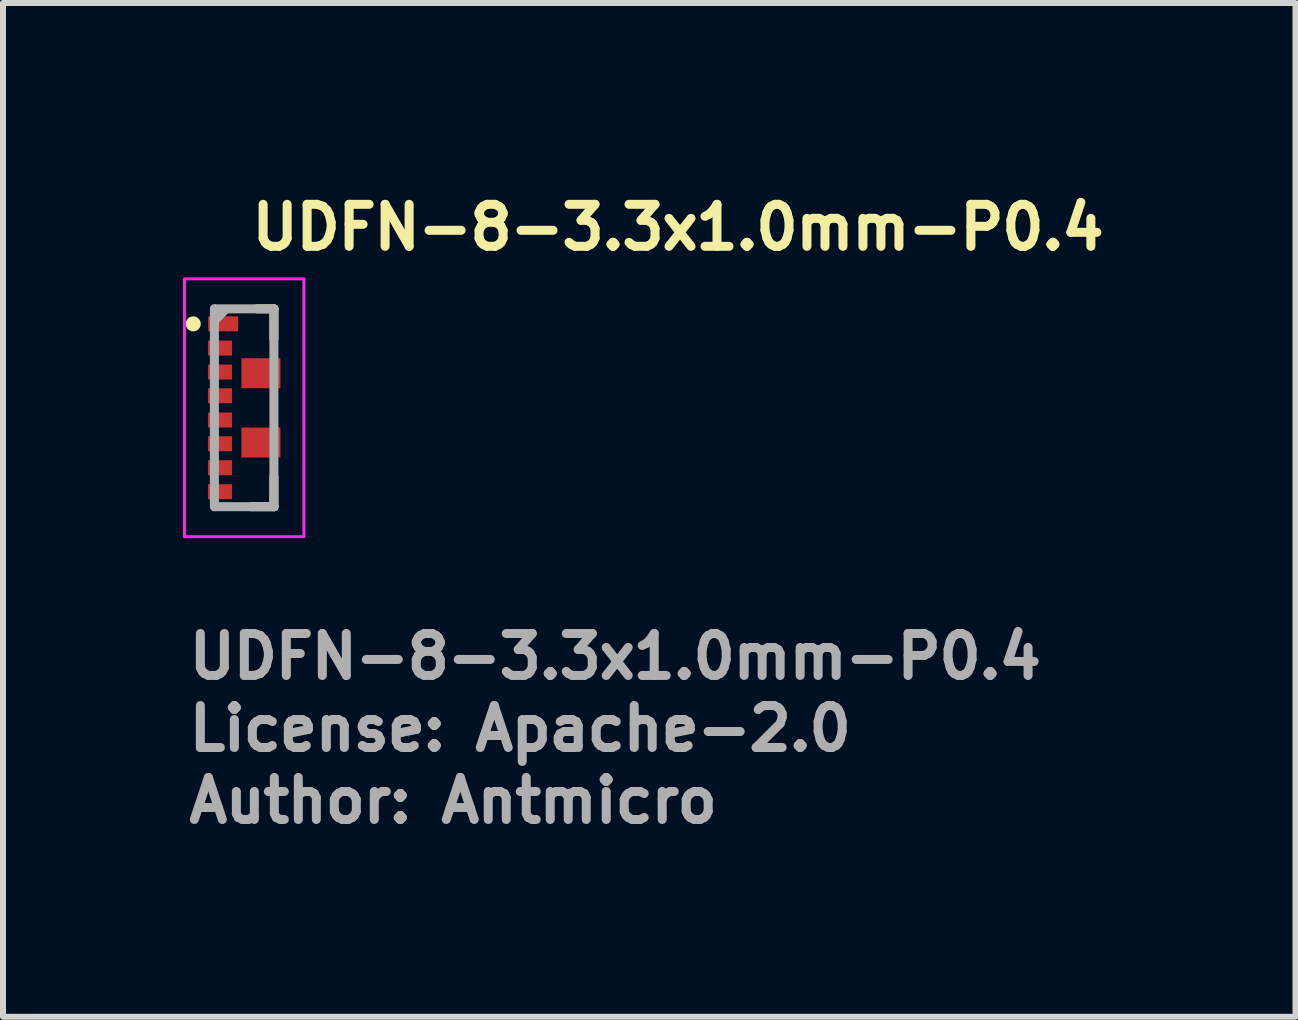
<source format=kicad_pcb>
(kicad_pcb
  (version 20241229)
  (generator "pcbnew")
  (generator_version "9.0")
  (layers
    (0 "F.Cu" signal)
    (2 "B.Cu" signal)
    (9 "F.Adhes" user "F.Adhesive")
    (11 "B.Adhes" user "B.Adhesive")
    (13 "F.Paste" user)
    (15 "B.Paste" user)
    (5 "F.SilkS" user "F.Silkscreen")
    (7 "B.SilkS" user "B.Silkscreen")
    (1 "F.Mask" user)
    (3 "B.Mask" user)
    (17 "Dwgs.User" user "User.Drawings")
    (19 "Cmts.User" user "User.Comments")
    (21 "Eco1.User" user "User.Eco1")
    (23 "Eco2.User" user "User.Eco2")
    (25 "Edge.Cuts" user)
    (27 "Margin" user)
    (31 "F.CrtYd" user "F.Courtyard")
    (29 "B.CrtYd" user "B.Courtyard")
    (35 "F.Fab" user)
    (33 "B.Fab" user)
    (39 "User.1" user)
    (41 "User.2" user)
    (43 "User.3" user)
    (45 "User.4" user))
  (footprint "UDFN-8-3.3x1.0mm-P0.4"
    (layer "F.Cu")
    (at 1.022 3.75)
    (property "Reference" "UDFN-8-3.3x1.0mm-P0.4" (at 0.05 -2.6 0) (layer "F.SilkS") (effects (font (size 0.7 0.7) (thickness 0.15)) (justify left bottom)))
    (attr smd)
    (fp_poly (pts (xy -0.655 -1.581) (xy -0.053 -1.581) (xy -0.053 -1.22) (xy -0.655 -1.22)) (stroke (width 0.01) (type solid)) (fill yes) (layer "F.Mask"))
    (fp_poly (pts (xy -0.655 -1.18) (xy -0.147 -1.18) (xy -0.147 -0.821) (xy -0.655 -0.821)) (stroke (width 0.01) (type solid)) (fill yes) (layer "F.Mask"))
    (fp_poly (pts (xy -0.655 -0.782) (xy -0.147 -0.782) (xy -0.147 -0.417) (xy -0.655 -0.417)) (stroke (width 0.01) (type solid)) (fill yes) (layer "F.Mask"))
    (fp_poly (pts (xy -0.655 -0.377) (xy -0.147 -0.377) (xy -0.147 -0.019) (xy -0.655 -0.019)) (stroke (width 0.01) (type solid)) (fill yes) (layer "F.Mask"))
    (fp_poly (pts (xy -0.655 0.021) (xy -0.147 0.021) (xy -0.147 0.378) (xy -0.655 0.378)) (stroke (width 0.01) (type solid)) (fill yes) (layer "F.Mask"))
    (fp_poly (pts (xy -0.655 0.418) (xy -0.147 0.418) (xy -0.147 0.783) (xy -0.655 0.783)) (stroke (width 0.01) (type solid)) (fill yes) (layer "F.Mask"))
    (fp_poly (pts (xy -0.655 0.822) (xy -0.147 0.822) (xy -0.147 1.179) (xy -0.655 1.179)) (stroke (width 0.01) (type solid)) (fill yes) (layer "F.Mask"))
    (fp_poly (pts (xy -0.655 1.219) (xy -0.147 1.219) (xy -0.147 1.58) (xy -0.655 1.58)) (stroke (width 0.01) (type solid)) (fill yes) (layer "F.Mask"))
    (fp_poly (pts (xy -0.103 -0.877) (xy 0.653 -0.877) (xy 0.653 -0.282) (xy -0.103 -0.282)) (stroke (width 0.01) (type solid)) (fill yes) (layer "F.Mask"))
    (fp_poly (pts (xy -0.103 0.283) (xy 0.653 0.283) (xy 0.653 0.878) (xy -0.103 0.878)) (stroke (width 0.01) (type solid)) (fill yes) (layer "F.Mask"))
    (fp_line (start 0.215 -1.651) (end 0.495 -1.651) (stroke (width 0.15) (type solid)) (layer "F.SilkS"))
    (fp_line (start 0.495 -1.651) (end 0.495 -1.151) (stroke (width 0.15) (type solid)) (layer "F.SilkS"))
    (fp_line (start 0.495 1.148) (end 0.495 1.648) (stroke (width 0.15) (type solid)) (layer "F.SilkS"))
    (fp_line (start 0.495 1.648) (end 0.119 1.648) (stroke (width 0.15) (type solid)) (layer "F.SilkS"))
    (fp_circle (center -0.85 -1.4) (end -0.8 -1.4) (stroke (width 0.15) (type solid)) (fill yes) (layer "F.SilkS"))
    (fp_rect (start -0.997 -2.151) (end 0.995 2.148) (stroke (width 0.05) (type solid)) (fill no) (layer "F.CrtYd"))
    (fp_line (start -0.497 -1.651) (end 0.495 -1.651) (stroke (width 0.15) (type solid)) (layer "F.Fab"))
    (fp_line (start -0.497 1.648) (end -0.497 -1.651) (stroke (width 0.15) (type solid)) (layer "F.Fab"))
    (fp_line (start -0.476 -1.474) (end -0.328 -1.625) (stroke (width 0.15) (type solid)) (layer "F.Fab"))
    (fp_line (start 0.495 -1.651) (end 0.495 1.648) (stroke (width 0.15) (type solid)) (layer "F.Fab"))
    (fp_line (start 0.495 1.648) (end -0.497 1.648) (stroke (width 0.15) (type solid)) (layer "F.Fab"))
    (fp_rect (start -0.497 -1.651) (end 0.495 1.648) (stroke (width 0.1) (type solid)) (fill no) (layer "User.5"))
    (fp_rect (start -0.497 -1.651) (end 0.495 1.648) (stroke (width 0.1) (type solid)) (fill no) (layer "User.5"))
    (fp_rect (start -0.497 -1.651) (end 0.495 1.648) (stroke (width 0.1) (type solid)) (fill no) (layer "User.5"))
    (fp_rect (start -0.497 -1.651) (end 0.495 1.648) (stroke (width 0.1) (type solid)) (fill no) (layer "User.5"))
    (fp_line (start -0.497 -1.651) (end -0.497 1.648) (stroke (width 0.02) (type solid)) (layer "User.9"))
    (fp_line (start -0.497 1.648) (end 0.495 1.648) (stroke (width 0.02) (type solid)) (layer "User.9"))
    (fp_line (start -0.404 -1.462) (end -0.404 -1.456) (stroke (width 0.02) (type solid)) (layer "User.9"))
    (fp_line (start -0.404 -1.462) (end -0.404 -1.456) (stroke (width 0.02) (type solid)) (layer "User.9"))
    (fp_line (start -0.404 -1.456) (end -0.404 -1.45) (stroke (width 0.02) (type solid)) (layer "User.9"))
    (fp_line (start -0.404 -1.456) (end -0.404 -1.45) (stroke (width 0.02) (type solid)) (layer "User.9"))
    (fp_line (start -0.404 -1.45) (end -0.404 -1.45) (stroke (width 0.02) (type solid)) (layer "User.9"))
    (fp_line (start -0.404 -1.45) (end -0.404 -1.45) (stroke (width 0.02) (type solid)) (layer "User.9"))
    (fp_line (start -0.404 -1.45) (end -0.404 -1.446) (stroke (width 0.02) (type solid)) (layer "User.9"))
    (fp_line (start -0.404 -1.45) (end -0.404 -1.446) (stroke (width 0.02) (type solid)) (layer "User.9"))
    (fp_line (start -0.404 -1.446) (end -0.404 -1.44) (stroke (width 0.02) (type solid)) (layer "User.9"))
    (fp_line (start -0.404 -1.446) (end -0.404 -1.44) (stroke (width 0.02) (type solid)) (layer "User.9"))
    (fp_line (start -0.404 -1.44) (end -0.403 -1.436) (stroke (width 0.02) (type solid)) (layer "User.9"))
    (fp_line (start -0.404 -1.44) (end -0.403 -1.436) (stroke (width 0.02) (type solid)) (layer "User.9"))
    (fp_line (start -0.403 -1.466) (end -0.404 -1.462) (stroke (width 0.02) (type solid)) (layer "User.9"))
    (fp_line (start -0.403 -1.466) (end -0.404 -1.462) (stroke (width 0.02) (type solid)) (layer "User.9"))
    (fp_line (start -0.403 -1.436) (end -0.402 -1.43) (stroke (width 0.02) (type solid)) (layer "User.9"))
    (fp_line (start -0.403 -1.436) (end -0.402 -1.43) (stroke (width 0.02) (type solid)) (layer "User.9"))
    (fp_line (start -0.402 -1.472) (end -0.403 -1.466) (stroke (width 0.02) (type solid)) (layer "User.9"))
    (fp_line (start -0.402 -1.472) (end -0.403 -1.466) (stroke (width 0.02) (type solid)) (layer "User.9"))
    (fp_line (start -0.402 -1.43) (end -0.401 -1.426) (stroke (width 0.02) (type solid)) (layer "User.9"))
    (fp_line (start -0.402 -1.43) (end -0.401 -1.426) (stroke (width 0.02) (type solid)) (layer "User.9"))
    (fp_line (start -0.401 -1.476) (end -0.402 -1.472) (stroke (width 0.02) (type solid)) (layer "User.9"))
    (fp_line (start -0.401 -1.476) (end -0.402 -1.472) (stroke (width 0.02) (type solid)) (layer "User.9"))
    (fp_line (start -0.401 -1.426) (end -0.4 -1.422) (stroke (width 0.02) (type solid)) (layer "User.9"))
    (fp_line (start -0.401 -1.426) (end -0.4 -1.422) (stroke (width 0.02) (type solid)) (layer "User.9"))
    (fp_line (start -0.4 -1.48) (end -0.401 -1.476) (stroke (width 0.02) (type solid)) (layer "User.9"))
    (fp_line (start -0.4 -1.48) (end -0.401 -1.476) (stroke (width 0.02) (type solid)) (layer "User.9"))
    (fp_line (start -0.4 -1.422) (end -0.398 -1.416) (stroke (width 0.02) (type solid)) (layer "User.9"))
    (fp_line (start -0.4 -1.422) (end -0.398 -1.416) (stroke (width 0.02) (type solid)) (layer "User.9"))
    (fp_line (start -0.398 -1.486) (end -0.4 -1.48) (stroke (width 0.02) (type solid)) (layer "User.9"))
    (fp_line (start -0.398 -1.486) (end -0.4 -1.48) (stroke (width 0.02) (type solid)) (layer "User.9"))
    (fp_line (start -0.398 -1.416) (end -0.397 -1.412) (stroke (width 0.02) (type solid)) (layer "User.9"))
    (fp_line (start -0.398 -1.416) (end -0.397 -1.412) (stroke (width 0.02) (type solid)) (layer "User.9"))
    (fp_line (start -0.397 -1.49) (end -0.398 -1.486) (stroke (width 0.02) (type solid)) (layer "User.9"))
    (fp_line (start -0.397 -1.49) (end -0.398 -1.486) (stroke (width 0.02) (type solid)) (layer "User.9"))
    (fp_line (start -0.397 -1.412) (end -0.395 -1.407) (stroke (width 0.02) (type solid)) (layer "User.9"))
    (fp_line (start -0.397 -1.412) (end -0.395 -1.407) (stroke (width 0.02) (type solid)) (layer "User.9"))
    (fp_line (start -0.395 -1.494) (end -0.397 -1.49) (stroke (width 0.02) (type solid)) (layer "User.9"))
    (fp_line (start -0.395 -1.494) (end -0.397 -1.49) (stroke (width 0.02) (type solid)) (layer "User.9"))
    (fp_line (start -0.395 -1.407) (end -0.392 -1.403) (stroke (width 0.02) (type solid)) (layer "User.9"))
    (fp_line (start -0.395 -1.407) (end -0.392 -1.403) (stroke (width 0.02) (type solid)) (layer "User.9"))
    (fp_line (start -0.392 -1.498) (end -0.395 -1.494) (stroke (width 0.02) (type solid)) (layer "User.9"))
    (fp_line (start -0.392 -1.498) (end -0.395 -1.494) (stroke (width 0.02) (type solid)) (layer "User.9"))
    (fp_line (start -0.392 -1.403) (end -0.39 -1.399) (stroke (width 0.02) (type solid)) (layer "User.9"))
    (fp_line (start -0.392 -1.403) (end -0.39 -1.399) (stroke (width 0.02) (type solid)) (layer "User.9"))
    (fp_line (start -0.39 -1.502) (end -0.392 -1.498) (stroke (width 0.02) (type solid)) (layer "User.9"))
    (fp_line (start -0.39 -1.502) (end -0.392 -1.498) (stroke (width 0.02) (type solid)) (layer "User.9"))
    (fp_line (start -0.39 -1.399) (end -0.38 -1.395) (stroke (width 0.02) (type solid)) (layer "User.9"))
    (fp_line (start -0.39 -1.399) (end -0.38 -1.395) (stroke (width 0.02) (type solid)) (layer "User.9"))
    (fp_line (start -0.38 -1.506) (end -0.39 -1.502) (stroke (width 0.02) (type solid)) (layer "User.9"))
    (fp_line (start -0.38 -1.506) (end -0.39 -1.502) (stroke (width 0.02) (type solid)) (layer "User.9"))
    (fp_line (start -0.38 -1.395) (end -0.378 -1.391) (stroke (width 0.02) (type solid)) (layer "User.9"))
    (fp_line (start -0.38 -1.395) (end -0.378 -1.391) (stroke (width 0.02) (type solid)) (layer "User.9"))
    (fp_line (start -0.378 -1.51) (end -0.38 -1.506) (stroke (width 0.02) (type solid)) (layer "User.9"))
    (fp_line (start -0.378 -1.51) (end -0.38 -1.506) (stroke (width 0.02) (type solid)) (layer "User.9"))
    (fp_line (start -0.378 -1.391) (end -0.375 -1.387) (stroke (width 0.02) (type solid)) (layer "User.9"))
    (fp_line (start -0.378 -1.391) (end -0.375 -1.387) (stroke (width 0.02) (type solid)) (layer "User.9"))
    (fp_line (start -0.375 -1.514) (end -0.378 -1.51) (stroke (width 0.02) (type solid)) (layer "User.9"))
    (fp_line (start -0.375 -1.514) (end -0.378 -1.51) (stroke (width 0.02) (type solid)) (layer "User.9"))
    (fp_line (start -0.375 -1.387) (end -0.371 -1.383) (stroke (width 0.02) (type solid)) (layer "User.9"))
    (fp_line (start -0.375 -1.387) (end -0.371 -1.383) (stroke (width 0.02) (type solid)) (layer "User.9"))
    (fp_line (start -0.371 -1.518) (end -0.375 -1.514) (stroke (width 0.02) (type solid)) (layer "User.9"))
    (fp_line (start -0.371 -1.518) (end -0.375 -1.514) (stroke (width 0.02) (type solid)) (layer "User.9"))
    (fp_line (start -0.371 -1.383) (end -0.368 -1.381) (stroke (width 0.02) (type solid)) (layer "User.9"))
    (fp_line (start -0.371 -1.383) (end -0.368 -1.381) (stroke (width 0.02) (type solid)) (layer "User.9"))
    (fp_line (start -0.368 -1.522) (end -0.371 -1.518) (stroke (width 0.02) (type solid)) (layer "User.9"))
    (fp_line (start -0.368 -1.522) (end -0.371 -1.518) (stroke (width 0.02) (type solid)) (layer "User.9"))
    (fp_line (start -0.368 -1.381) (end -0.365 -1.377) (stroke (width 0.02) (type solid)) (layer "User.9"))
    (fp_line (start -0.368 -1.381) (end -0.365 -1.377) (stroke (width 0.02) (type solid)) (layer "User.9"))
    (fp_line (start -0.365 -1.524) (end -0.368 -1.522) (stroke (width 0.02) (type solid)) (layer "User.9"))
    (fp_line (start -0.365 -1.524) (end -0.368 -1.522) (stroke (width 0.02) (type solid)) (layer "User.9"))
    (fp_line (start -0.365 -1.377) (end -0.361 -1.373) (stroke (width 0.02) (type solid)) (layer "User.9"))
    (fp_line (start -0.365 -1.377) (end -0.361 -1.373) (stroke (width 0.02) (type solid)) (layer "User.9"))
    (fp_line (start -0.361 -1.528) (end -0.365 -1.524) (stroke (width 0.02) (type solid)) (layer "User.9"))
    (fp_line (start -0.361 -1.528) (end -0.365 -1.524) (stroke (width 0.02) (type solid)) (layer "User.9"))
    (fp_line (start -0.361 -1.373) (end -0.357 -1.371) (stroke (width 0.02) (type solid)) (layer "User.9"))
    (fp_line (start -0.361 -1.373) (end -0.357 -1.371) (stroke (width 0.02) (type solid)) (layer "User.9"))
    (fp_line (start -0.357 -1.532) (end -0.361 -1.528) (stroke (width 0.02) (type solid)) (layer "User.9"))
    (fp_line (start -0.357 -1.532) (end -0.361 -1.528) (stroke (width 0.02) (type solid)) (layer "User.9"))
    (fp_line (start -0.357 -1.371) (end -0.353 -1.369) (stroke (width 0.02) (type solid)) (layer "User.9"))
    (fp_line (start -0.357 -1.371) (end -0.353 -1.369) (stroke (width 0.02) (type solid)) (layer "User.9"))
    (fp_line (start -0.353 -1.534) (end -0.357 -1.532) (stroke (width 0.02) (type solid)) (layer "User.9"))
    (fp_line (start -0.353 -1.534) (end -0.357 -1.532) (stroke (width 0.02) (type solid)) (layer "User.9"))
    (fp_line (start -0.353 -1.369) (end -0.352 -1.365) (stroke (width 0.02) (type solid)) (layer "User.9"))
    (fp_line (start -0.353 -1.369) (end -0.352 -1.365) (stroke (width 0.02) (type solid)) (layer "User.9"))
    (fp_line (start -0.352 -1.536) (end -0.353 -1.534) (stroke (width 0.02) (type solid)) (layer "User.9"))
    (fp_line (start -0.352 -1.536) (end -0.353 -1.534) (stroke (width 0.02) (type solid)) (layer "User.9"))
    (fp_line (start -0.352 -1.365) (end -0.35 -1.363) (stroke (width 0.02) (type solid)) (layer "User.9"))
    (fp_line (start -0.352 -1.365) (end -0.35 -1.363) (stroke (width 0.02) (type solid)) (layer "User.9"))
    (fp_line (start -0.35 -1.539) (end -0.352 -1.536) (stroke (width 0.02) (type solid)) (layer "User.9"))
    (fp_line (start -0.35 -1.539) (end -0.352 -1.536) (stroke (width 0.02) (type solid)) (layer "User.9"))
    (fp_line (start -0.35 -1.363) (end -0.346 -1.361) (stroke (width 0.02) (type solid)) (layer "User.9"))
    (fp_line (start -0.35 -1.363) (end -0.346 -1.361) (stroke (width 0.02) (type solid)) (layer "User.9"))
    (fp_line (start -0.346 -1.541) (end -0.35 -1.539) (stroke (width 0.02) (type solid)) (layer "User.9"))
    (fp_line (start -0.346 -1.541) (end -0.35 -1.539) (stroke (width 0.02) (type solid)) (layer "User.9"))
    (fp_line (start -0.346 -1.361) (end -0.343 -1.359) (stroke (width 0.02) (type solid)) (layer "User.9"))
    (fp_line (start -0.346 -1.361) (end -0.343 -1.359) (stroke (width 0.02) (type solid)) (layer "User.9"))
    (fp_line (start -0.343 -1.543) (end -0.346 -1.541) (stroke (width 0.02) (type solid)) (layer "User.9"))
    (fp_line (start -0.343 -1.543) (end -0.346 -1.541) (stroke (width 0.02) (type solid)) (layer "User.9"))
    (fp_line (start -0.343 -1.359) (end -0.339 -1.357) (stroke (width 0.02) (type solid)) (layer "User.9"))
    (fp_line (start -0.343 -1.359) (end -0.339 -1.357) (stroke (width 0.02) (type solid)) (layer "User.9"))
    (fp_line (start -0.339 -1.545) (end -0.343 -1.543) (stroke (width 0.02) (type solid)) (layer "User.9"))
    (fp_line (start -0.339 -1.545) (end -0.343 -1.543) (stroke (width 0.02) (type solid)) (layer "User.9"))
    (fp_line (start -0.339 -1.357) (end -0.334 -1.355) (stroke (width 0.02) (type solid)) (layer "User.9"))
    (fp_line (start -0.339 -1.357) (end -0.334 -1.355) (stroke (width 0.02) (type solid)) (layer "User.9"))
    (fp_line (start -0.334 -1.547) (end -0.339 -1.545) (stroke (width 0.02) (type solid)) (layer "User.9"))
    (fp_line (start -0.334 -1.547) (end -0.339 -1.545) (stroke (width 0.02) (type solid)) (layer "User.9"))
    (fp_line (start -0.334 -1.355) (end -0.329 -1.355) (stroke (width 0.02) (type solid)) (layer "User.9"))
    (fp_line (start -0.334 -1.355) (end -0.329 -1.355) (stroke (width 0.02) (type solid)) (layer "User.9"))
    (fp_line (start -0.329 -1.547) (end -0.334 -1.547) (stroke (width 0.02) (type solid)) (layer "User.9"))
    (fp_line (start -0.329 -1.547) (end -0.334 -1.547) (stroke (width 0.02) (type solid)) (layer "User.9"))
    (fp_line (start -0.329 -1.355) (end -0.325 -1.353) (stroke (width 0.02) (type solid)) (layer "User.9"))
    (fp_line (start -0.329 -1.355) (end -0.325 -1.353) (stroke (width 0.02) (type solid)) (layer "User.9"))
    (fp_line (start -0.325 -1.549) (end -0.329 -1.547) (stroke (width 0.02) (type solid)) (layer "User.9"))
    (fp_line (start -0.325 -1.549) (end -0.329 -1.547) (stroke (width 0.02) (type solid)) (layer "User.9"))
    (fp_line (start -0.325 -1.353) (end -0.313 -1.353) (stroke (width 0.02) (type solid)) (layer "User.9"))
    (fp_line (start -0.325 -1.353) (end -0.313 -1.353) (stroke (width 0.02) (type solid)) (layer "User.9"))
    (fp_line (start -0.313 -1.549) (end -0.325 -1.549) (stroke (width 0.02) (type solid)) (layer "User.9"))
    (fp_line (start -0.313 -1.549) (end -0.325 -1.549) (stroke (width 0.02) (type solid)) (layer "User.9"))
    (fp_line (start -0.313 -1.353) (end -0.308 -1.351) (stroke (width 0.02) (type solid)) (layer "User.9"))
    (fp_line (start -0.313 -1.353) (end -0.308 -1.351) (stroke (width 0.02) (type solid)) (layer "User.9"))
    (fp_line (start -0.308 -1.551) (end -0.313 -1.549) (stroke (width 0.02) (type solid)) (layer "User.9"))
    (fp_line (start -0.308 -1.551) (end -0.313 -1.549) (stroke (width 0.02) (type solid)) (layer "User.9"))
    (fp_line (start -0.308 -1.351) (end -0.303 -1.351) (stroke (width 0.02) (type solid)) (layer "User.9"))
    (fp_line (start -0.308 -1.351) (end -0.303 -1.351) (stroke (width 0.02) (type solid)) (layer "User.9"))
    (fp_line (start -0.303 -1.551) (end -0.308 -1.551) (stroke (width 0.02) (type solid)) (layer "User.9"))
    (fp_line (start -0.303 -1.551) (end -0.308 -1.551) (stroke (width 0.02) (type solid)) (layer "User.9"))
    (fp_line (start -0.303 -1.351) (end -0.297 -1.351) (stroke (width 0.02) (type solid)) (layer "User.9"))
    (fp_line (start -0.303 -1.351) (end -0.297 -1.351) (stroke (width 0.02) (type solid)) (layer "User.9"))
    (fp_line (start -0.297 -1.551) (end -0.303 -1.551) (stroke (width 0.02) (type solid)) (layer "User.9"))
    (fp_line (start -0.297 -1.551) (end -0.303 -1.551) (stroke (width 0.02) (type solid)) (layer "User.9"))
    (fp_line (start -0.297 -1.351) (end -0.292 -1.351) (stroke (width 0.02) (type solid)) (layer "User.9"))
    (fp_line (start -0.297 -1.351) (end -0.292 -1.351) (stroke (width 0.02) (type solid)) (layer "User.9"))
    (fp_line (start -0.292 -1.551) (end -0.298 -1.551) (stroke (width 0.02) (type solid)) (layer "User.9"))
    (fp_line (start -0.292 -1.551) (end -0.298 -1.551) (stroke (width 0.02) (type solid)) (layer "User.9"))
    (fp_line (start -0.292 -1.351) (end -0.289 -1.351) (stroke (width 0.02) (type solid)) (layer "User.9"))
    (fp_line (start -0.292 -1.351) (end -0.289 -1.351) (stroke (width 0.02) (type solid)) (layer "User.9"))
    (fp_line (start -0.289 -1.551) (end -0.292 -1.551) (stroke (width 0.02) (type solid)) (layer "User.9"))
    (fp_line (start -0.289 -1.551) (end -0.292 -1.551) (stroke (width 0.02) (type solid)) (layer "User.9"))
    (fp_line (start -0.289 -1.351) (end -0.287 -1.353) (stroke (width 0.02) (type solid)) (layer "User.9"))
    (fp_line (start -0.289 -1.351) (end -0.287 -1.353) (stroke (width 0.02) (type solid)) (layer "User.9"))
    (fp_line (start -0.287 -1.549) (end -0.289 -1.551) (stroke (width 0.02) (type solid)) (layer "User.9"))
    (fp_line (start -0.287 -1.549) (end -0.289 -1.551) (stroke (width 0.02) (type solid)) (layer "User.9"))
    (fp_line (start -0.287 -1.353) (end -0.283 -1.353) (stroke (width 0.02) (type solid)) (layer "User.9"))
    (fp_line (start -0.287 -1.353) (end -0.283 -1.353) (stroke (width 0.02) (type solid)) (layer "User.9"))
    (fp_line (start -0.283 -1.549) (end -0.287 -1.549) (stroke (width 0.02) (type solid)) (layer "User.9"))
    (fp_line (start -0.283 -1.549) (end -0.287 -1.549) (stroke (width 0.02) (type solid)) (layer "User.9"))
    (fp_line (start -0.283 -1.353) (end -0.28 -1.355) (stroke (width 0.02) (type solid)) (layer "User.9"))
    (fp_line (start -0.283 -1.353) (end -0.28 -1.355) (stroke (width 0.02) (type solid)) (layer "User.9"))
    (fp_line (start -0.28 -1.547) (end -0.283 -1.549) (stroke (width 0.02) (type solid)) (layer "User.9"))
    (fp_line (start -0.28 -1.547) (end -0.283 -1.549) (stroke (width 0.02) (type solid)) (layer "User.9"))
    (fp_line (start -0.28 -1.355) (end -0.275 -1.355) (stroke (width 0.02) (type solid)) (layer "User.9"))
    (fp_line (start -0.28 -1.355) (end -0.275 -1.355) (stroke (width 0.02) (type solid)) (layer "User.9"))
    (fp_line (start -0.275 -1.547) (end -0.28 -1.547) (stroke (width 0.02) (type solid)) (layer "User.9"))
    (fp_line (start -0.275 -1.547) (end -0.28 -1.547) (stroke (width 0.02) (type solid)) (layer "User.9"))
    (fp_line (start -0.275 -1.355) (end -0.27 -1.357) (stroke (width 0.02) (type solid)) (layer "User.9"))
    (fp_line (start -0.275 -1.355) (end -0.27 -1.357) (stroke (width 0.02) (type solid)) (layer "User.9"))
    (fp_line (start -0.27 -1.545) (end -0.275 -1.547) (stroke (width 0.02) (type solid)) (layer "User.9"))
    (fp_line (start -0.27 -1.545) (end -0.275 -1.547) (stroke (width 0.02) (type solid)) (layer "User.9"))
    (fp_line (start -0.27 -1.357) (end -0.266 -1.359) (stroke (width 0.02) (type solid)) (layer "User.9"))
    (fp_line (start -0.27 -1.357) (end -0.266 -1.359) (stroke (width 0.02) (type solid)) (layer "User.9"))
    (fp_line (start -0.266 -1.543) (end -0.27 -1.545) (stroke (width 0.02) (type solid)) (layer "User.9"))
    (fp_line (start -0.266 -1.543) (end -0.27 -1.545) (stroke (width 0.02) (type solid)) (layer "User.9"))
    (fp_line (start -0.266 -1.359) (end -0.261 -1.361) (stroke (width 0.02) (type solid)) (layer "User.9"))
    (fp_line (start -0.266 -1.359) (end -0.261 -1.361) (stroke (width 0.02) (type solid)) (layer "User.9"))
    (fp_line (start -0.261 -1.541) (end -0.266 -1.543) (stroke (width 0.02) (type solid)) (layer "User.9"))
    (fp_line (start -0.261 -1.541) (end -0.266 -1.543) (stroke (width 0.02) (type solid)) (layer "User.9"))
    (fp_line (start -0.261 -1.361) (end -0.25 -1.363) (stroke (width 0.02) (type solid)) (layer "User.9"))
    (fp_line (start -0.261 -1.361) (end -0.25 -1.363) (stroke (width 0.02) (type solid)) (layer "User.9"))
    (fp_line (start -0.25 -1.539) (end -0.261 -1.541) (stroke (width 0.02) (type solid)) (layer "User.9"))
    (fp_line (start -0.25 -1.539) (end -0.261 -1.541) (stroke (width 0.02) (type solid)) (layer "User.9"))
    (fp_line (start -0.25 -1.363) (end -0.246 -1.365) (stroke (width 0.02) (type solid)) (layer "User.9"))
    (fp_line (start -0.25 -1.363) (end -0.246 -1.365) (stroke (width 0.02) (type solid)) (layer "User.9"))
    (fp_line (start -0.246 -1.536) (end -0.25 -1.539) (stroke (width 0.02) (type solid)) (layer "User.9"))
    (fp_line (start -0.246 -1.536) (end -0.25 -1.539) (stroke (width 0.02) (type solid)) (layer "User.9"))
    (fp_line (start -0.246 -1.365) (end -0.242 -1.369) (stroke (width 0.02) (type solid)) (layer "User.9"))
    (fp_line (start -0.246 -1.365) (end -0.242 -1.369) (stroke (width 0.02) (type solid)) (layer "User.9"))
    (fp_line (start -0.242 -1.534) (end -0.246 -1.536) (stroke (width 0.02) (type solid)) (layer "User.9"))
    (fp_line (start -0.242 -1.534) (end -0.246 -1.536) (stroke (width 0.02) (type solid)) (layer "User.9"))
    (fp_line (start -0.242 -1.369) (end -0.24 -1.371) (stroke (width 0.02) (type solid)) (layer "User.9"))
    (fp_line (start -0.242 -1.369) (end -0.24 -1.371) (stroke (width 0.02) (type solid)) (layer "User.9"))
    (fp_line (start -0.24 -1.532) (end -0.242 -1.534) (stroke (width 0.02) (type solid)) (layer "User.9"))
    (fp_line (start -0.24 -1.532) (end -0.242 -1.534) (stroke (width 0.02) (type solid)) (layer "User.9"))
    (fp_line (start -0.24 -1.371) (end -0.239 -1.373) (stroke (width 0.02) (type solid)) (layer "User.9"))
    (fp_line (start -0.24 -1.371) (end -0.239 -1.373) (stroke (width 0.02) (type solid)) (layer "User.9"))
    (fp_line (start -0.239 -1.528) (end -0.24 -1.532) (stroke (width 0.02) (type solid)) (layer "User.9"))
    (fp_line (start -0.239 -1.528) (end -0.24 -1.532) (stroke (width 0.02) (type solid)) (layer "User.9"))
    (fp_line (start -0.239 -1.373) (end -0.236 -1.377) (stroke (width 0.02) (type solid)) (layer "User.9"))
    (fp_line (start -0.239 -1.373) (end -0.236 -1.377) (stroke (width 0.02) (type solid)) (layer "User.9"))
    (fp_line (start -0.236 -1.524) (end -0.239 -1.528) (stroke (width 0.02) (type solid)) (layer "User.9"))
    (fp_line (start -0.236 -1.524) (end -0.239 -1.528) (stroke (width 0.02) (type solid)) (layer "User.9"))
    (fp_line (start -0.236 -1.377) (end -0.234 -1.381) (stroke (width 0.02) (type solid)) (layer "User.9"))
    (fp_line (start -0.236 -1.377) (end -0.234 -1.381) (stroke (width 0.02) (type solid)) (layer "User.9"))
    (fp_line (start -0.234 -1.522) (end -0.236 -1.524) (stroke (width 0.02) (type solid)) (layer "User.9"))
    (fp_line (start -0.234 -1.522) (end -0.236 -1.524) (stroke (width 0.02) (type solid)) (layer "User.9"))
    (fp_line (start -0.234 -1.381) (end -0.231 -1.383) (stroke (width 0.02) (type solid)) (layer "User.9"))
    (fp_line (start -0.234 -1.381) (end -0.231 -1.383) (stroke (width 0.02) (type solid)) (layer "User.9"))
    (fp_line (start -0.231 -1.518) (end -0.234 -1.522) (stroke (width 0.02) (type solid)) (layer "User.9"))
    (fp_line (start -0.231 -1.518) (end -0.234 -1.522) (stroke (width 0.02) (type solid)) (layer "User.9"))
    (fp_line (start -0.231 -1.383) (end -0.22 -1.387) (stroke (width 0.02) (type solid)) (layer "User.9"))
    (fp_line (start -0.231 -1.383) (end -0.22 -1.387) (stroke (width 0.02) (type solid)) (layer "User.9"))
    (fp_line (start -0.22 -1.514) (end -0.231 -1.518) (stroke (width 0.02) (type solid)) (layer "User.9"))
    (fp_line (start -0.22 -1.514) (end -0.231 -1.518) (stroke (width 0.02) (type solid)) (layer "User.9"))
    (fp_line (start -0.22 -1.387) (end -0.217 -1.391) (stroke (width 0.02) (type solid)) (layer "User.9"))
    (fp_line (start -0.22 -1.387) (end -0.217 -1.391) (stroke (width 0.02) (type solid)) (layer "User.9"))
    (fp_line (start -0.217 -1.51) (end -0.22 -1.514) (stroke (width 0.02) (type solid)) (layer "User.9"))
    (fp_line (start -0.217 -1.51) (end -0.22 -1.514) (stroke (width 0.02) (type solid)) (layer "User.9"))
    (fp_line (start -0.217 -1.391) (end -0.215 -1.395) (stroke (width 0.02) (type solid)) (layer "User.9"))
    (fp_line (start -0.217 -1.391) (end -0.215 -1.395) (stroke (width 0.02) (type solid)) (layer "User.9"))
    (fp_line (start -0.215 -1.506) (end -0.217 -1.51) (stroke (width 0.02) (type solid)) (layer "User.9"))
    (fp_line (start -0.215 -1.506) (end -0.217 -1.51) (stroke (width 0.02) (type solid)) (layer "User.9"))
    (fp_line (start -0.215 -1.395) (end -0.212 -1.399) (stroke (width 0.02) (type solid)) (layer "User.9"))
    (fp_line (start -0.215 -1.395) (end -0.212 -1.399) (stroke (width 0.02) (type solid)) (layer "User.9"))
    (fp_line (start -0.212 -1.502) (end -0.215 -1.506) (stroke (width 0.02) (type solid)) (layer "User.9"))
    (fp_line (start -0.212 -1.502) (end -0.215 -1.506) (stroke (width 0.02) (type solid)) (layer "User.9"))
    (fp_line (start -0.212 -1.399) (end -0.21 -1.403) (stroke (width 0.02) (type solid)) (layer "User.9"))
    (fp_line (start -0.212 -1.399) (end -0.21 -1.403) (stroke (width 0.02) (type solid)) (layer "User.9"))
    (fp_line (start -0.21 -1.498) (end -0.212 -1.502) (stroke (width 0.02) (type solid)) (layer "User.9"))
    (fp_line (start -0.21 -1.498) (end -0.212 -1.502) (stroke (width 0.02) (type solid)) (layer "User.9"))
    (fp_line (start -0.21 -1.403) (end -0.209 -1.407) (stroke (width 0.02) (type solid)) (layer "User.9"))
    (fp_line (start -0.21 -1.403) (end -0.209 -1.407) (stroke (width 0.02) (type solid)) (layer "User.9"))
    (fp_line (start -0.209 -1.494) (end -0.21 -1.498) (stroke (width 0.02) (type solid)) (layer "User.9"))
    (fp_line (start -0.209 -1.494) (end -0.21 -1.498) (stroke (width 0.02) (type solid)) (layer "User.9"))
    (fp_line (start -0.209 -1.49) (end -0.209 -1.494) (stroke (width 0.02) (type solid)) (layer "User.9"))
    (fp_line (start -0.209 -1.49) (end -0.209 -1.494) (stroke (width 0.02) (type solid)) (layer "User.9"))
    (fp_line (start -0.209 -1.486) (end -0.209 -1.49) (stroke (width 0.02) (type solid)) (layer "User.9"))
    (fp_line (start -0.209 -1.486) (end -0.209 -1.49) (stroke (width 0.02) (type solid)) (layer "User.9"))
    (fp_line (start -0.209 -1.416) (end -0.207 -1.422) (stroke (width 0.02) (type solid)) (layer "User.9"))
    (fp_line (start -0.209 -1.416) (end -0.207 -1.422) (stroke (width 0.02) (type solid)) (layer "User.9"))
    (fp_line (start -0.209 -1.412) (end -0.209 -1.416) (stroke (width 0.02) (type solid)) (layer "User.9"))
    (fp_line (start -0.209 -1.412) (end -0.209 -1.416) (stroke (width 0.02) (type solid)) (layer "User.9"))
    (fp_line (start -0.209 -1.407) (end -0.209 -1.412) (stroke (width 0.02) (type solid)) (layer "User.9"))
    (fp_line (start -0.209 -1.407) (end -0.209 -1.412) (stroke (width 0.02) (type solid)) (layer "User.9"))
    (fp_line (start -0.207 -1.48) (end -0.209 -1.486) (stroke (width 0.02) (type solid)) (layer "User.9"))
    (fp_line (start -0.207 -1.48) (end -0.209 -1.486) (stroke (width 0.02) (type solid)) (layer "User.9"))
    (fp_line (start -0.207 -1.422) (end -0.206 -1.426) (stroke (width 0.02) (type solid)) (layer "User.9"))
    (fp_line (start -0.207 -1.422) (end -0.206 -1.426) (stroke (width 0.02) (type solid)) (layer "User.9"))
    (fp_line (start -0.206 -1.476) (end -0.207 -1.48) (stroke (width 0.02) (type solid)) (layer "User.9"))
    (fp_line (start -0.206 -1.476) (end -0.207 -1.48) (stroke (width 0.02) (type solid)) (layer "User.9"))
    (fp_line (start -0.206 -1.426) (end -0.205 -1.43) (stroke (width 0.02) (type solid)) (layer "User.9"))
    (fp_line (start -0.206 -1.426) (end -0.205 -1.43) (stroke (width 0.02) (type solid)) (layer "User.9"))
    (fp_line (start -0.205 -1.472) (end -0.206 -1.476) (stroke (width 0.02) (type solid)) (layer "User.9"))
    (fp_line (start -0.205 -1.472) (end -0.206 -1.476) (stroke (width 0.02) (type solid)) (layer "User.9"))
    (fp_line (start -0.205 -1.466) (end -0.205 -1.472) (stroke (width 0.02) (type solid)) (layer "User.9"))
    (fp_line (start -0.205 -1.466) (end -0.205 -1.472) (stroke (width 0.02) (type solid)) (layer "User.9"))
    (fp_line (start -0.205 -1.436) (end -0.204 -1.44) (stroke (width 0.02) (type solid)) (layer "User.9"))
    (fp_line (start -0.205 -1.436) (end -0.204 -1.44) (stroke (width 0.02) (type solid)) (layer "User.9"))
    (fp_line (start -0.205 -1.43) (end -0.205 -1.436) (stroke (width 0.02) (type solid)) (layer "User.9"))
    (fp_line (start -0.205 -1.43) (end -0.205 -1.436) (stroke (width 0.02) (type solid)) (layer "User.9"))
    (fp_line (start -0.204 -1.462) (end -0.205 -1.466) (stroke (width 0.02) (type solid)) (layer "User.9"))
    (fp_line (start -0.204 -1.462) (end -0.205 -1.466) (stroke (width 0.02) (type solid)) (layer "User.9"))
    (fp_line (start -0.204 -1.456) (end -0.204 -1.462) (stroke (width 0.02) (type solid)) (layer "User.9"))
    (fp_line (start -0.204 -1.456) (end -0.204 -1.462) (stroke (width 0.02) (type solid)) (layer "User.9"))
    (fp_line (start -0.204 -1.452) (end -0.204 -1.456) (stroke (width 0.02) (type solid)) (layer "User.9"))
    (fp_line (start -0.204 -1.452) (end -0.204 -1.456) (stroke (width 0.02) (type solid)) (layer "User.9"))
    (fp_line (start -0.204 -1.452) (end -0.204 -1.452) (stroke (width 0.02) (type solid)) (layer "User.9"))
    (fp_line (start -0.204 -1.452) (end -0.204 -1.452) (stroke (width 0.02) (type solid)) (layer "User.9"))
    (fp_line (start -0.204 -1.446) (end -0.204 -1.452) (stroke (width 0.02) (type solid)) (layer "User.9"))
    (fp_line (start -0.204 -1.446) (end -0.204 -1.452) (stroke (width 0.02) (type solid)) (layer "User.9"))
    (fp_line (start -0.204 -1.44) (end -0.204 -1.446) (stroke (width 0.02) (type solid)) (layer "User.9"))
    (fp_line (start -0.204 -1.44) (end -0.204 -1.446) (stroke (width 0.02) (type solid)) (layer "User.9"))
    (fp_line (start 0.495 -1.651) (end -0.497 -1.651) (stroke (width 0.02) (type solid)) (layer "User.9"))
    (fp_line (start 0.495 1.648) (end 0.495 -1.651) (stroke (width 0.02) (type solid)) (layer "User.9"))
    (fp_text user "Author: Antmicro" (at -0.997 6.956 0) (layer "F.Fab") (effects (font (size 0.7 0.7) (thickness 0.15)) (justify left bottom)))
    (fp_text user "${REFERENCE}" (at -0.997 4.555 0) (layer "F.Fab") (effects (font (size 0.7 0.7) (thickness 0.15)) (justify left bottom)))
    (fp_text user "License: Apache-2.0" (at -0.997 5.756 0) (layer "F.Fab") (effects (font (size 0.7 0.7) (thickness 0.15)) (justify left bottom)))
    (pad "1" smd rect (at -0.352 -1.401) (size 0.5 0.25) (layers "F.Cu" "F.Paste"))
    (pad "2" smd rect (at -0.405 -0.997) (size 0.4 0.25) (layers "F.Cu" "F.Paste"))
    (pad "3" smd rect (at -0.405 -0.597) (size 0.4 0.25) (layers "F.Cu" "F.Paste"))
    (pad "4" smd rect (at -0.405 -0.202) (size 0.4 0.25) (layers "F.Cu" "F.Paste"))
    (pad "5" smd rect (at -0.405 0.203) (size 0.4 0.25) (layers "F.Cu" "F.Paste"))
    (pad "6" smd rect (at -0.405 0.598) (size 0.4 0.25) (layers "F.Cu" "F.Paste"))
    (pad "7" smd rect (at -0.405 0.998) (size 0.4 0.25) (layers "F.Cu" "F.Paste"))
    (pad "8" smd rect (at -0.405 1.398) (size 0.4 0.25) (layers "F.Cu" "F.Paste"))
    (pad "9" smd rect (at 0.278 0.578) (size 0.65 0.5) (layers "F.Cu" "F.Paste"))
    (pad "10" smd rect (at 0.278 -0.577) (size 0.65 0.5) (layers "F.Cu" "F.Paste")))
  (gr_rect
    (start -3 -3)
    (end 18.549 13.902)
    (stroke (width 0.1) (type default))
    (fill no)
    (layer "Edge.Cuts")))
</source>
